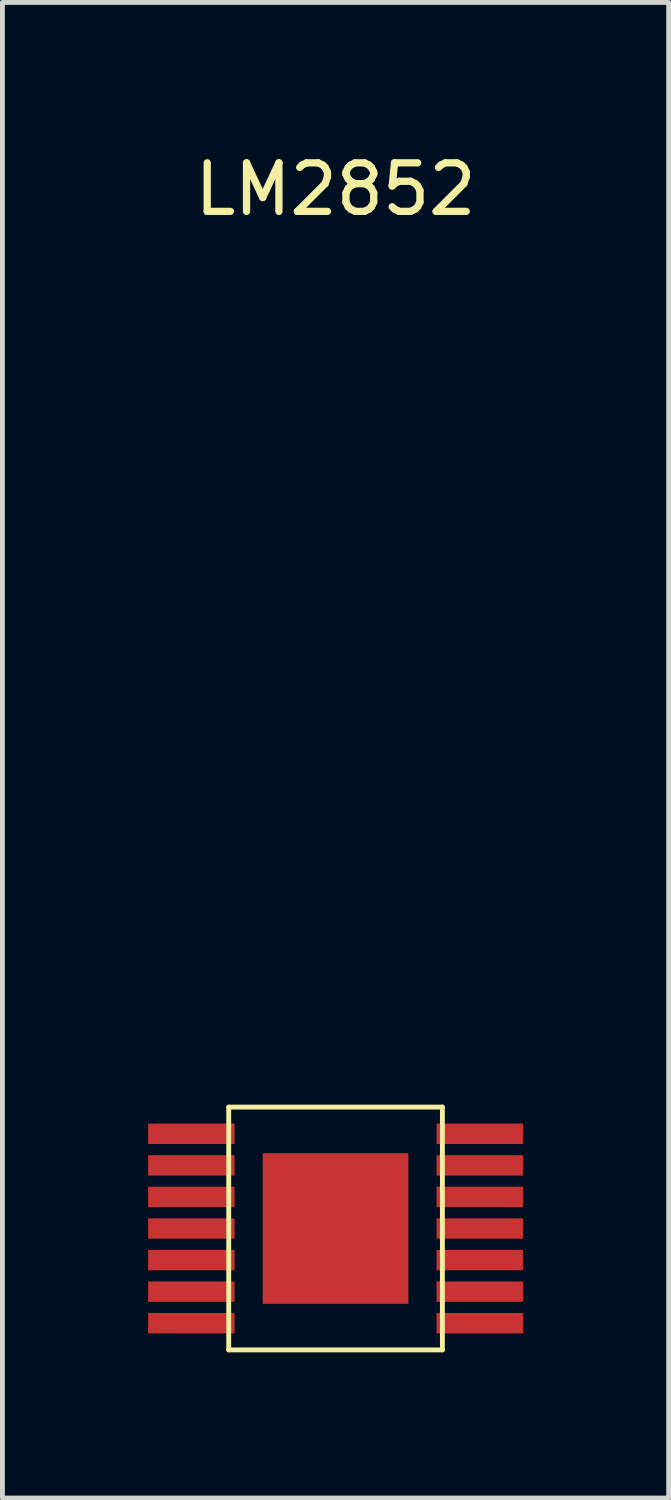
<source format=kicad_pcb>
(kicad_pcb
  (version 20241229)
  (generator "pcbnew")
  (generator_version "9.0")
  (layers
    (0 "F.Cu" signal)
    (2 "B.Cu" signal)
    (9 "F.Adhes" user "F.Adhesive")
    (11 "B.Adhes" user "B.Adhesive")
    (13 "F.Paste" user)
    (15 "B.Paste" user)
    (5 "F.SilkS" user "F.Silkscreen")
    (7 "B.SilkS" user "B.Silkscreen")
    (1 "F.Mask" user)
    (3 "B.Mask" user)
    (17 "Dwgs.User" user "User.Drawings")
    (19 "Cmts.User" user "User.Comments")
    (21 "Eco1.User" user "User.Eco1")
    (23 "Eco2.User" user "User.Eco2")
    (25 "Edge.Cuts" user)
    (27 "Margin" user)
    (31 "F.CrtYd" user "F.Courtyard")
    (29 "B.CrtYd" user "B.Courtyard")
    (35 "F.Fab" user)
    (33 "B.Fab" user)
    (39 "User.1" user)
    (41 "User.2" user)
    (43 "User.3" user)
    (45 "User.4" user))
  (footprint "LM2852"
    (layer "F.Cu")
    (at 3.86 22.248)
    (property "Reference" "LM2852" (at 0 -21.4 0) (layer "F.SilkS") (effects (font (size 1 1) (thickness 0.15))))
    (attr through_hole)
    (fp_line (start -2.2 -2.5) (end -2.2 2.5) (stroke (width 0.1) (type solid)) (layer "F.SilkS"))
    (fp_line (start -2.2 2.5) (end 2.2 2.5) (stroke (width 0.1) (type solid)) (layer "F.SilkS"))
    (fp_line (start 2.2 -2.5) (end -2.2 -2.5) (stroke (width 0.1) (type solid)) (layer "F.SilkS"))
    (fp_line (start 2.2 2.5) (end 2.2 -2.5) (stroke (width 0.1) (type solid)) (layer "F.SilkS"))
    (pad "1" smd rect (at -2.97 -1.95) (size 1.78 0.42) (layers "F.Cu" "F.Mask" "F.Paste"))
    (pad "2" smd rect (at -2.97 -1.3) (size 1.78 0.42) (layers "F.Cu" "F.Mask" "F.Paste"))
    (pad "3" smd rect (at -2.97 -0.65) (size 1.78 0.42) (layers "F.Cu" "F.Mask" "F.Paste"))
    (pad "4" smd rect (at -2.97 0) (size 1.78 0.42) (layers "F.Cu" "F.Mask" "F.Paste"))
    (pad "5" smd rect (at -2.97 0.65) (size 1.78 0.42) (layers "F.Cu" "F.Mask" "F.Paste"))
    (pad "6" smd rect (at -2.97 1.3) (size 1.78 0.42) (layers "F.Cu" "F.Mask" "F.Paste"))
    (pad "7" smd rect (at -2.97 1.95) (size 1.78 0.42) (layers "F.Cu" "F.Mask" "F.Paste"))
    (pad "8" smd rect (at 2.97 1.95) (size 1.78 0.42) (layers "F.Cu" "F.Mask" "F.Paste"))
    (pad "9" smd rect (at 2.97 1.3) (size 1.78 0.42) (layers "F.Cu" "F.Mask" "F.Paste"))
    (pad "10" smd rect (at 2.97 0.65) (size 1.78 0.42) (layers "F.Cu" "F.Mask" "F.Paste"))
    (pad "11" smd rect (at 2.97 0) (size 1.78 0.42) (layers "F.Cu" "F.Mask" "F.Paste"))
    (pad "12" smd rect (at 2.97 -0.65) (size 1.78 0.42) (layers "F.Cu" "F.Mask" "F.Paste"))
    (pad "13" smd rect (at 2.97 -1.3) (size 1.78 0.42) (layers "F.Cu" "F.Mask" "F.Paste"))
    (pad "14" smd rect (at 2.97 -1.95) (size 1.78 0.42) (layers "F.Cu" "F.Mask" "F.Paste"))
    (pad "15" smd rect (at 0 0) (size 3 3.1) (layers "F.Cu" "F.Mask" "F.Paste")))
  (gr_rect
    (start -3 -3)
    (end 10.72 27.798)
    (stroke (width 0.1) (type default))
    (fill no)
    (layer "Edge.Cuts")))
</source>
